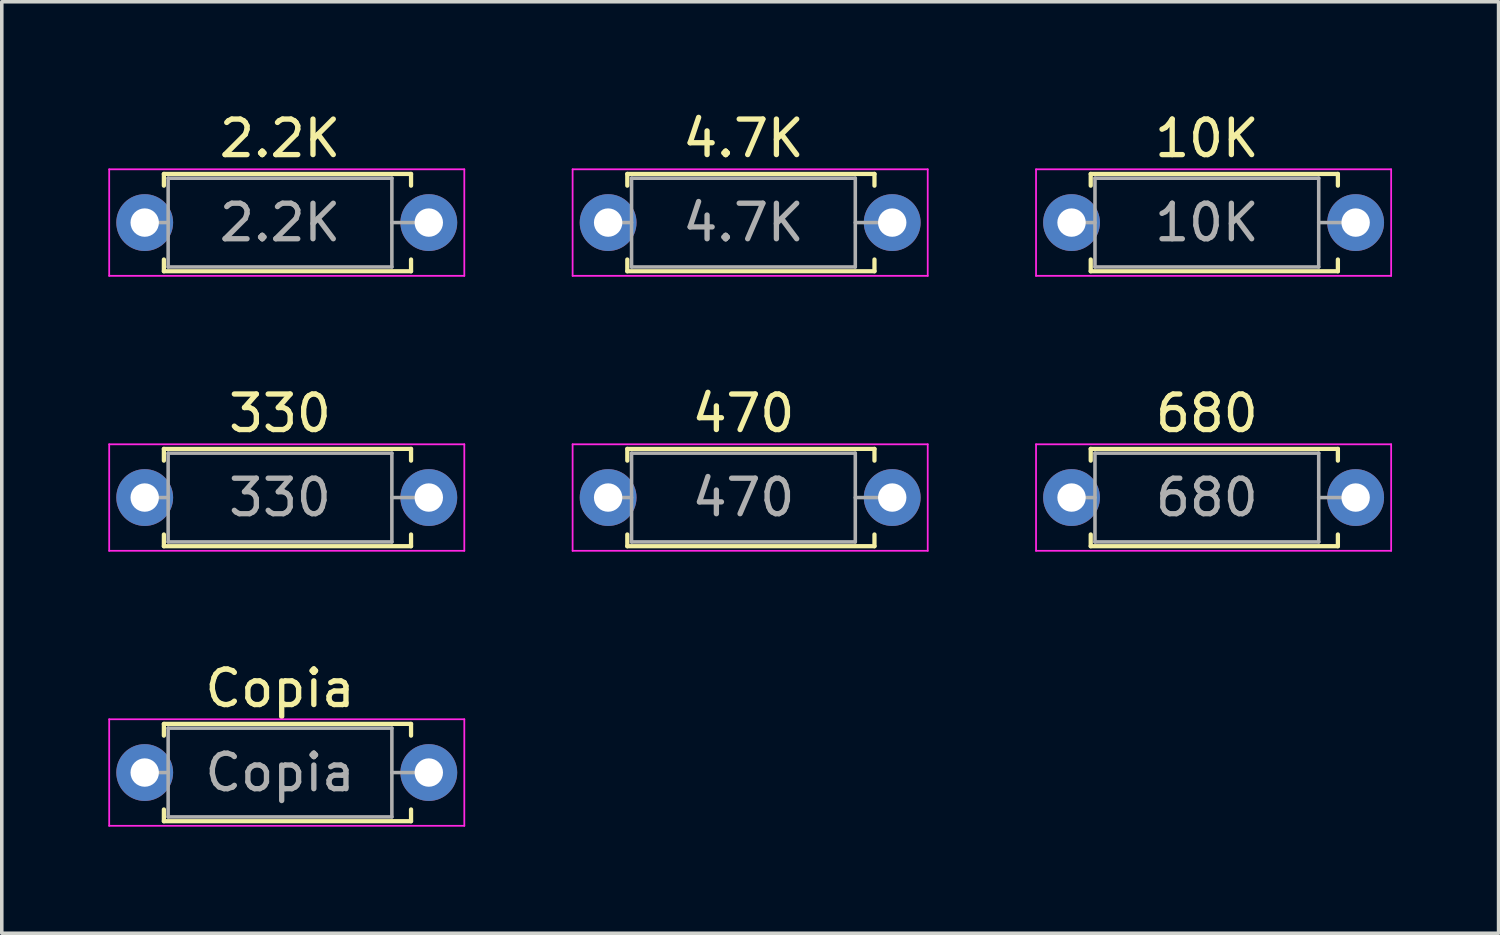
<source format=kicad_pcb>
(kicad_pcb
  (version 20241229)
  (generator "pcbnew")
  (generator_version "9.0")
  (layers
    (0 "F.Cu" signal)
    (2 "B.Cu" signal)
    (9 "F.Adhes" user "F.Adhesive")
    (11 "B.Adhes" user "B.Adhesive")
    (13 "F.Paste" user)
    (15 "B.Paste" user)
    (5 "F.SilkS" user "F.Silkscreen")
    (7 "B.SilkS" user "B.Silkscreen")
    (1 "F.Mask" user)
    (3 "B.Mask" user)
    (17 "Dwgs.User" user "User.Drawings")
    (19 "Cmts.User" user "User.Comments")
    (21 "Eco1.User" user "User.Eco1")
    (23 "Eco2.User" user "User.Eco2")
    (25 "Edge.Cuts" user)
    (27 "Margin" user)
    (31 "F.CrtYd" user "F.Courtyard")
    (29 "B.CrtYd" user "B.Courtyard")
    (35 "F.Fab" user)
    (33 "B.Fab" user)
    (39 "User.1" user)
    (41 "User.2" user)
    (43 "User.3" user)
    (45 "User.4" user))
  (footprint "Copia"
    (layer "F.Cu")
    (at 1.025 18.705)
    (property "Reference" "Copia" (at 3.81 -2.37 0) (layer "F.SilkS") (effects (font (size 1 1) (thickness 0.15))))
    (attr through_hole)
    (fp_line (start 0.54 -1.37) (end 7.5 -1.37) (stroke (width 0.12) (type solid)) (layer "F.SilkS"))
    (fp_line (start 0.54 -1.04) (end 0.54 -1.37) (stroke (width 0.12) (type solid)) (layer "F.SilkS"))
    (fp_line (start 0.54 1.04) (end 0.54 1.37) (stroke (width 0.12) (type solid)) (layer "F.SilkS"))
    (fp_line (start 0.54 1.37) (end 7.5 1.37) (stroke (width 0.12) (type solid)) (layer "F.SilkS"))
    (fp_line (start 7.5 -1.37) (end 7.5 -1.04) (stroke (width 0.12) (type solid)) (layer "F.SilkS"))
    (fp_line (start 7.5 1.37) (end 7.5 1.04) (stroke (width 0.12) (type solid)) (layer "F.SilkS"))
    (fp_line (start -1 -1.5) (end -1 1.5) (stroke (width 0.05) (type solid)) (layer "F.CrtYd"))
    (fp_line (start -1 1.5) (end 9 1.5) (stroke (width 0.05) (type solid)) (layer "F.CrtYd"))
    (fp_line (start 9 -1.5) (end -1 -1.5) (stroke (width 0.05) (type solid)) (layer "F.CrtYd"))
    (fp_line (start 9 1.5) (end 9 -1.5) (stroke (width 0.05) (type solid)) (layer "F.CrtYd"))
    (fp_line (start 0 0) (end 0.66 0) (stroke (width 0.1) (type solid)) (layer "F.Fab"))
    (fp_line (start 0.66 -1.25) (end 0.66 1.25) (stroke (width 0.1) (type solid)) (layer "F.Fab"))
    (fp_line (start 0.66 1.25) (end 6.96 1.25) (stroke (width 0.1) (type solid)) (layer "F.Fab"))
    (fp_line (start 6.96 -1.25) (end 0.66 -1.25) (stroke (width 0.1) (type solid)) (layer "F.Fab"))
    (fp_line (start 6.96 1.25) (end 6.96 -1.25) (stroke (width 0.1) (type solid)) (layer "F.Fab"))
    (fp_line (start 7.62 0) (end 6.96 0) (stroke (width 0.1) (type solid)) (layer "F.Fab"))
    (fp_text user "${REFERENCE}" (at 3.81 0 0) (layer "F.Fab") (effects (font (size 1 1) (thickness 0.15))))
    (pad "1" thru_hole circle (at 0 0) (size 1.6 1.6) (drill 0.8) (layers "*.Cu" "*.Mask"))
    (pad "2" thru_hole oval (at 8 0) (size 1.6 1.6) (drill 0.8) (layers "*.Cu" "*.Mask")))
  (footprint "4.7K"
    (layer "F.Cu")
    (at 14.075 3.218)
    (property "Reference" "4.7K" (at 3.81 -2.37 0) (layer "F.SilkS") (effects (font (size 1 1) (thickness 0.15))))
    (attr through_hole)
    (fp_line (start 0.54 -1.37) (end 7.5 -1.37) (stroke (width 0.12) (type solid)) (layer "F.SilkS"))
    (fp_line (start 0.54 -1.04) (end 0.54 -1.37) (stroke (width 0.12) (type solid)) (layer "F.SilkS"))
    (fp_line (start 0.54 1.04) (end 0.54 1.37) (stroke (width 0.12) (type solid)) (layer "F.SilkS"))
    (fp_line (start 0.54 1.37) (end 7.5 1.37) (stroke (width 0.12) (type solid)) (layer "F.SilkS"))
    (fp_line (start 7.5 -1.37) (end 7.5 -1.04) (stroke (width 0.12) (type solid)) (layer "F.SilkS"))
    (fp_line (start 7.5 1.37) (end 7.5 1.04) (stroke (width 0.12) (type solid)) (layer "F.SilkS"))
    (fp_line (start -1 -1.5) (end -1 1.5) (stroke (width 0.05) (type solid)) (layer "F.CrtYd"))
    (fp_line (start -1 1.5) (end 9 1.5) (stroke (width 0.05) (type solid)) (layer "F.CrtYd"))
    (fp_line (start 9 -1.5) (end -1 -1.5) (stroke (width 0.05) (type solid)) (layer "F.CrtYd"))
    (fp_line (start 9 1.5) (end 9 -1.5) (stroke (width 0.05) (type solid)) (layer "F.CrtYd"))
    (fp_line (start 0 0) (end 0.66 0) (stroke (width 0.1) (type solid)) (layer "F.Fab"))
    (fp_line (start 0.66 -1.25) (end 0.66 1.25) (stroke (width 0.1) (type solid)) (layer "F.Fab"))
    (fp_line (start 0.66 1.25) (end 6.96 1.25) (stroke (width 0.1) (type solid)) (layer "F.Fab"))
    (fp_line (start 6.96 -1.25) (end 0.66 -1.25) (stroke (width 0.1) (type solid)) (layer "F.Fab"))
    (fp_line (start 6.96 1.25) (end 6.96 -1.25) (stroke (width 0.1) (type solid)) (layer "F.Fab"))
    (fp_line (start 7.62 0) (end 6.96 0) (stroke (width 0.1) (type solid)) (layer "F.Fab"))
    (fp_text user "${REFERENCE}" (at 3.81 0 0) (layer "F.Fab") (effects (font (size 1 1) (thickness 0.15))))
    (pad "1" thru_hole circle (at 0 0) (size 1.6 1.6) (drill 0.8) (layers "*.Cu" "*.Mask"))
    (pad "2" thru_hole oval (at 8 0) (size 1.6 1.6) (drill 0.8) (layers "*.Cu" "*.Mask")))
  (footprint "470"
    (layer "F.Cu")
    (at 14.075 10.961)
    (property "Reference" "470" (at 3.81 -2.37 0) (layer "F.SilkS") (effects (font (size 1 1) (thickness 0.15))))
    (attr through_hole)
    (fp_line (start 0.54 -1.37) (end 7.5 -1.37) (stroke (width 0.12) (type solid)) (layer "F.SilkS"))
    (fp_line (start 0.54 -1.04) (end 0.54 -1.37) (stroke (width 0.12) (type solid)) (layer "F.SilkS"))
    (fp_line (start 0.54 1.04) (end 0.54 1.37) (stroke (width 0.12) (type solid)) (layer "F.SilkS"))
    (fp_line (start 0.54 1.37) (end 7.5 1.37) (stroke (width 0.12) (type solid)) (layer "F.SilkS"))
    (fp_line (start 7.5 -1.37) (end 7.5 -1.04) (stroke (width 0.12) (type solid)) (layer "F.SilkS"))
    (fp_line (start 7.5 1.37) (end 7.5 1.04) (stroke (width 0.12) (type solid)) (layer "F.SilkS"))
    (fp_line (start -1 -1.5) (end -1 1.5) (stroke (width 0.05) (type solid)) (layer "F.CrtYd"))
    (fp_line (start -1 1.5) (end 9 1.5) (stroke (width 0.05) (type solid)) (layer "F.CrtYd"))
    (fp_line (start 9 -1.5) (end -1 -1.5) (stroke (width 0.05) (type solid)) (layer "F.CrtYd"))
    (fp_line (start 9 1.5) (end 9 -1.5) (stroke (width 0.05) (type solid)) (layer "F.CrtYd"))
    (fp_line (start 0 0) (end 0.66 0) (stroke (width 0.1) (type solid)) (layer "F.Fab"))
    (fp_line (start 0.66 -1.25) (end 0.66 1.25) (stroke (width 0.1) (type solid)) (layer "F.Fab"))
    (fp_line (start 0.66 1.25) (end 6.96 1.25) (stroke (width 0.1) (type solid)) (layer "F.Fab"))
    (fp_line (start 6.96 -1.25) (end 0.66 -1.25) (stroke (width 0.1) (type solid)) (layer "F.Fab"))
    (fp_line (start 6.96 1.25) (end 6.96 -1.25) (stroke (width 0.1) (type solid)) (layer "F.Fab"))
    (fp_line (start 7.62 0) (end 6.96 0) (stroke (width 0.1) (type solid)) (layer "F.Fab"))
    (fp_text user "${REFERENCE}" (at 3.81 0 0) (layer "F.Fab") (effects (font (size 1 1) (thickness 0.15))))
    (pad "1" thru_hole circle (at 0 0) (size 1.6 1.6) (drill 0.8) (layers "*.Cu" "*.Mask"))
    (pad "2" thru_hole oval (at 8 0) (size 1.6 1.6) (drill 0.8) (layers "*.Cu" "*.Mask")))
  (footprint "680"
    (layer "F.Cu")
    (at 27.125 10.961)
    (property "Reference" "680" (at 3.81 -2.37 0) (layer "F.SilkS") (effects (font (size 1 1) (thickness 0.15))))
    (attr through_hole)
    (fp_line (start 0.54 -1.37) (end 7.5 -1.37) (stroke (width 0.12) (type solid)) (layer "F.SilkS"))
    (fp_line (start 0.54 -1.04) (end 0.54 -1.37) (stroke (width 0.12) (type solid)) (layer "F.SilkS"))
    (fp_line (start 0.54 1.04) (end 0.54 1.37) (stroke (width 0.12) (type solid)) (layer "F.SilkS"))
    (fp_line (start 0.54 1.37) (end 7.5 1.37) (stroke (width 0.12) (type solid)) (layer "F.SilkS"))
    (fp_line (start 7.5 -1.37) (end 7.5 -1.04) (stroke (width 0.12) (type solid)) (layer "F.SilkS"))
    (fp_line (start 7.5 1.37) (end 7.5 1.04) (stroke (width 0.12) (type solid)) (layer "F.SilkS"))
    (fp_line (start -1 -1.5) (end -1 1.5) (stroke (width 0.05) (type solid)) (layer "F.CrtYd"))
    (fp_line (start -1 1.5) (end 9 1.5) (stroke (width 0.05) (type solid)) (layer "F.CrtYd"))
    (fp_line (start 9 -1.5) (end -1 -1.5) (stroke (width 0.05) (type solid)) (layer "F.CrtYd"))
    (fp_line (start 9 1.5) (end 9 -1.5) (stroke (width 0.05) (type solid)) (layer "F.CrtYd"))
    (fp_line (start 0 0) (end 0.66 0) (stroke (width 0.1) (type solid)) (layer "F.Fab"))
    (fp_line (start 0.66 -1.25) (end 0.66 1.25) (stroke (width 0.1) (type solid)) (layer "F.Fab"))
    (fp_line (start 0.66 1.25) (end 6.96 1.25) (stroke (width 0.1) (type solid)) (layer "F.Fab"))
    (fp_line (start 6.96 -1.25) (end 0.66 -1.25) (stroke (width 0.1) (type solid)) (layer "F.Fab"))
    (fp_line (start 6.96 1.25) (end 6.96 -1.25) (stroke (width 0.1) (type solid)) (layer "F.Fab"))
    (fp_line (start 7.62 0) (end 6.96 0) (stroke (width 0.1) (type solid)) (layer "F.Fab"))
    (fp_text user "${REFERENCE}" (at 3.81 0 0) (layer "F.Fab") (effects (font (size 1 1) (thickness 0.15))))
    (pad "1" thru_hole circle (at 0 0) (size 1.6 1.6) (drill 0.8) (layers "*.Cu" "*.Mask"))
    (pad "2" thru_hole oval (at 8 0) (size 1.6 1.6) (drill 0.8) (layers "*.Cu" "*.Mask")))
  (footprint "10K"
    (layer "F.Cu")
    (at 27.125 3.218)
    (property "Reference" "10K" (at 3.81 -2.37 0) (layer "F.SilkS") (effects (font (size 1 1) (thickness 0.15))))
    (attr through_hole)
    (fp_line (start 0.54 -1.37) (end 7.5 -1.37) (stroke (width 0.12) (type solid)) (layer "F.SilkS"))
    (fp_line (start 0.54 -1.04) (end 0.54 -1.37) (stroke (width 0.12) (type solid)) (layer "F.SilkS"))
    (fp_line (start 0.54 1.04) (end 0.54 1.37) (stroke (width 0.12) (type solid)) (layer "F.SilkS"))
    (fp_line (start 0.54 1.37) (end 7.5 1.37) (stroke (width 0.12) (type solid)) (layer "F.SilkS"))
    (fp_line (start 7.5 -1.37) (end 7.5 -1.04) (stroke (width 0.12) (type solid)) (layer "F.SilkS"))
    (fp_line (start 7.5 1.37) (end 7.5 1.04) (stroke (width 0.12) (type solid)) (layer "F.SilkS"))
    (fp_line (start -1 -1.5) (end -1 1.5) (stroke (width 0.05) (type solid)) (layer "F.CrtYd"))
    (fp_line (start -1 1.5) (end 9 1.5) (stroke (width 0.05) (type solid)) (layer "F.CrtYd"))
    (fp_line (start 9 -1.5) (end -1 -1.5) (stroke (width 0.05) (type solid)) (layer "F.CrtYd"))
    (fp_line (start 9 1.5) (end 9 -1.5) (stroke (width 0.05) (type solid)) (layer "F.CrtYd"))
    (fp_line (start 0 0) (end 0.66 0) (stroke (width 0.1) (type solid)) (layer "F.Fab"))
    (fp_line (start 0.66 -1.25) (end 0.66 1.25) (stroke (width 0.1) (type solid)) (layer "F.Fab"))
    (fp_line (start 0.66 1.25) (end 6.96 1.25) (stroke (width 0.1) (type solid)) (layer "F.Fab"))
    (fp_line (start 6.96 -1.25) (end 0.66 -1.25) (stroke (width 0.1) (type solid)) (layer "F.Fab"))
    (fp_line (start 6.96 1.25) (end 6.96 -1.25) (stroke (width 0.1) (type solid)) (layer "F.Fab"))
    (fp_line (start 7.62 0) (end 6.96 0) (stroke (width 0.1) (type solid)) (layer "F.Fab"))
    (fp_text user "${REFERENCE}" (at 3.81 0 0) (layer "F.Fab") (effects (font (size 1 1) (thickness 0.15))))
    (pad "1" thru_hole circle (at 0 0) (size 1.6 1.6) (drill 0.8) (layers "*.Cu" "*.Mask"))
    (pad "2" thru_hole oval (at 8 0) (size 1.6 1.6) (drill 0.8) (layers "*.Cu" "*.Mask")))
  (footprint "2.2K"
    (layer "F.Cu")
    (at 1.025 3.218)
    (property "Reference" "2.2K" (at 3.81 -2.37 0) (layer "F.SilkS") (effects (font (size 1 1) (thickness 0.15))))
    (attr through_hole)
    (fp_line (start 0.54 -1.37) (end 7.5 -1.37) (stroke (width 0.12) (type solid)) (layer "F.SilkS"))
    (fp_line (start 0.54 -1.04) (end 0.54 -1.37) (stroke (width 0.12) (type solid)) (layer "F.SilkS"))
    (fp_line (start 0.54 1.04) (end 0.54 1.37) (stroke (width 0.12) (type solid)) (layer "F.SilkS"))
    (fp_line (start 0.54 1.37) (end 7.5 1.37) (stroke (width 0.12) (type solid)) (layer "F.SilkS"))
    (fp_line (start 7.5 -1.37) (end 7.5 -1.04) (stroke (width 0.12) (type solid)) (layer "F.SilkS"))
    (fp_line (start 7.5 1.37) (end 7.5 1.04) (stroke (width 0.12) (type solid)) (layer "F.SilkS"))
    (fp_line (start -1 -1.5) (end -1 1.5) (stroke (width 0.05) (type solid)) (layer "F.CrtYd"))
    (fp_line (start -1 1.5) (end 9 1.5) (stroke (width 0.05) (type solid)) (layer "F.CrtYd"))
    (fp_line (start 9 -1.5) (end -1 -1.5) (stroke (width 0.05) (type solid)) (layer "F.CrtYd"))
    (fp_line (start 9 1.5) (end 9 -1.5) (stroke (width 0.05) (type solid)) (layer "F.CrtYd"))
    (fp_line (start 0 0) (end 0.66 0) (stroke (width 0.1) (type solid)) (layer "F.Fab"))
    (fp_line (start 0.66 -1.25) (end 0.66 1.25) (stroke (width 0.1) (type solid)) (layer "F.Fab"))
    (fp_line (start 0.66 1.25) (end 6.96 1.25) (stroke (width 0.1) (type solid)) (layer "F.Fab"))
    (fp_line (start 6.96 -1.25) (end 0.66 -1.25) (stroke (width 0.1) (type solid)) (layer "F.Fab"))
    (fp_line (start 6.96 1.25) (end 6.96 -1.25) (stroke (width 0.1) (type solid)) (layer "F.Fab"))
    (fp_line (start 7.62 0) (end 6.96 0) (stroke (width 0.1) (type solid)) (layer "F.Fab"))
    (fp_text user "${REFERENCE}" (at 3.81 0 0) (layer "F.Fab") (effects (font (size 1 1) (thickness 0.15))))
    (pad "1" thru_hole circle (at 0 0) (size 1.6 1.6) (drill 0.8) (layers "*.Cu" "*.Mask"))
    (pad "2" thru_hole oval (at 8 0) (size 1.6 1.6) (drill 0.8) (layers "*.Cu" "*.Mask")))
  (footprint "330"
    (layer "F.Cu")
    (at 1.025 10.961)
    (property "Reference" "330" (at 3.81 -2.37 0) (layer "F.SilkS") (effects (font (size 1 1) (thickness 0.15))))
    (attr through_hole)
    (fp_line (start 0.54 -1.37) (end 7.5 -1.37) (stroke (width 0.12) (type solid)) (layer "F.SilkS"))
    (fp_line (start 0.54 -1.04) (end 0.54 -1.37) (stroke (width 0.12) (type solid)) (layer "F.SilkS"))
    (fp_line (start 0.54 1.04) (end 0.54 1.37) (stroke (width 0.12) (type solid)) (layer "F.SilkS"))
    (fp_line (start 0.54 1.37) (end 7.5 1.37) (stroke (width 0.12) (type solid)) (layer "F.SilkS"))
    (fp_line (start 7.5 -1.37) (end 7.5 -1.04) (stroke (width 0.12) (type solid)) (layer "F.SilkS"))
    (fp_line (start 7.5 1.37) (end 7.5 1.04) (stroke (width 0.12) (type solid)) (layer "F.SilkS"))
    (fp_line (start -1 -1.5) (end -1 1.5) (stroke (width 0.05) (type solid)) (layer "F.CrtYd"))
    (fp_line (start -1 1.5) (end 9 1.5) (stroke (width 0.05) (type solid)) (layer "F.CrtYd"))
    (fp_line (start 9 -1.5) (end -1 -1.5) (stroke (width 0.05) (type solid)) (layer "F.CrtYd"))
    (fp_line (start 9 1.5) (end 9 -1.5) (stroke (width 0.05) (type solid)) (layer "F.CrtYd"))
    (fp_line (start 0 0) (end 0.66 0) (stroke (width 0.1) (type solid)) (layer "F.Fab"))
    (fp_line (start 0.66 -1.25) (end 0.66 1.25) (stroke (width 0.1) (type solid)) (layer "F.Fab"))
    (fp_line (start 0.66 1.25) (end 6.96 1.25) (stroke (width 0.1) (type solid)) (layer "F.Fab"))
    (fp_line (start 6.96 -1.25) (end 0.66 -1.25) (stroke (width 0.1) (type solid)) (layer "F.Fab"))
    (fp_line (start 6.96 1.25) (end 6.96 -1.25) (stroke (width 0.1) (type solid)) (layer "F.Fab"))
    (fp_line (start 7.62 0) (end 6.96 0) (stroke (width 0.1) (type solid)) (layer "F.Fab"))
    (fp_text user "${REFERENCE}" (at 3.81 0 0) (layer "F.Fab") (effects (font (size 1 1) (thickness 0.15))))
    (pad "1" thru_hole circle (at 0 0) (size 1.6 1.6) (drill 0.8) (layers "*.Cu" "*.Mask"))
    (pad "2" thru_hole oval (at 8 0) (size 1.6 1.6) (drill 0.8) (layers "*.Cu" "*.Mask")))
  (gr_rect
    (start -3 -3)
    (end 39.15 23.23)
    (stroke (width 0.1) (type default))
    (fill no)
    (layer "Edge.Cuts")))
</source>
